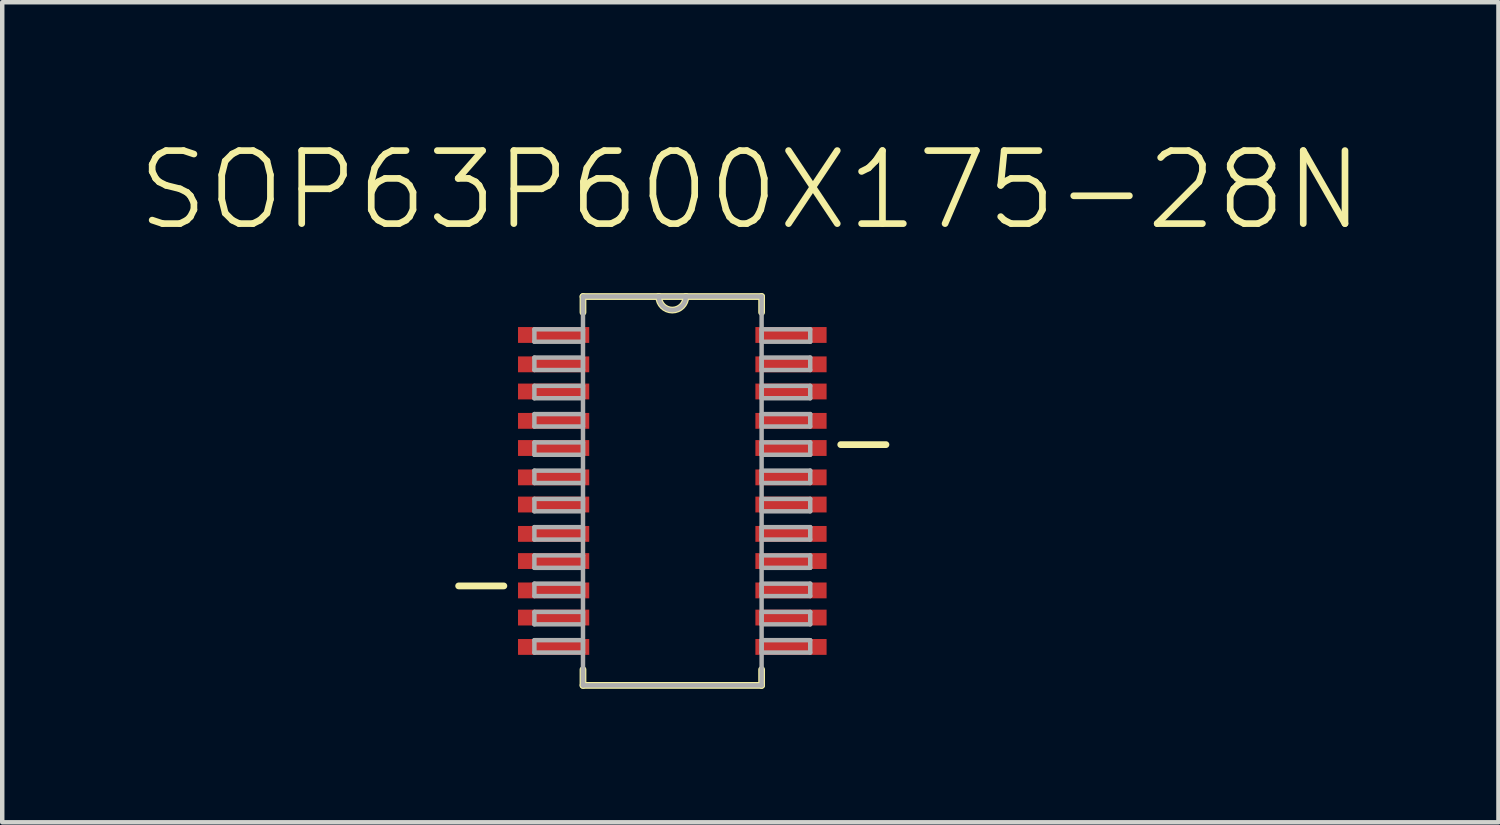
<source format=kicad_pcb>
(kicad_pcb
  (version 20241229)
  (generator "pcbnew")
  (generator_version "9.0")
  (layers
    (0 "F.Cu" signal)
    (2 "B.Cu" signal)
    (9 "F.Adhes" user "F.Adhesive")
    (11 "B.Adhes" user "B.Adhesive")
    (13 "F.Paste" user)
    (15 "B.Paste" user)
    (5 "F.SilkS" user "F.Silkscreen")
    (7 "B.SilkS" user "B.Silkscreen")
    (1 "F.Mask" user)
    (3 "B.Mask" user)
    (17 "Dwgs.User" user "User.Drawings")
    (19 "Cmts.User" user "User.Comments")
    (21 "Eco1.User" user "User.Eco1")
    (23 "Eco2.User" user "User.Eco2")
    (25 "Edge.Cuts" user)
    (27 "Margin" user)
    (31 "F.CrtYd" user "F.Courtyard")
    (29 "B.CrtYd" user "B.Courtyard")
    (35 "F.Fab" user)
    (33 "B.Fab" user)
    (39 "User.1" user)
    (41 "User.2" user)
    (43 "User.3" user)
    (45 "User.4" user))
  (footprint "SOP63P600X175-28N"
    (layer "F.Cu")
    (at 12.057 7.982)
    (property "Reference" "SOP63P600X175-28N" (at 1.753 -6.759 0) (layer "F.SilkS") (effects (font (size 1.641 1.641) (thickness 0.15))))
    (attr smd)
    (fp_line (start -4.801 2.134) (end -3.785 2.134) (stroke (width 0.152) (type solid)) (layer "F.SilkS"))
    (fp_line (start -2.007 -4.369) (end -2.007 -4.013) (stroke (width 0.152) (type solid)) (layer "F.SilkS"))
    (fp_line (start -2.007 4.013) (end -2.007 4.369) (stroke (width 0.152) (type solid)) (layer "F.SilkS"))
    (fp_line (start -2.007 4.369) (end 2.007 4.369) (stroke (width 0.152) (type solid)) (layer "F.SilkS"))
    (fp_line (start -0.305 -4.369) (end -2.007 -4.369) (stroke (width 0.152) (type solid)) (layer "F.SilkS"))
    (fp_line (start 0.305 -4.369) (end -0.305 -4.369) (stroke (width 0.152) (type solid)) (layer "F.SilkS"))
    (fp_line (start 2.007 -4.369) (end 0.305 -4.369) (stroke (width 0.152) (type solid)) (layer "F.SilkS"))
    (fp_line (start 2.007 -4.013) (end 2.007 -4.369) (stroke (width 0.152) (type solid)) (layer "F.SilkS"))
    (fp_line (start 2.007 4.369) (end 2.007 4.013) (stroke (width 0.152) (type solid)) (layer "F.SilkS"))
    (fp_line (start 3.785 -1.041) (end 4.801 -1.041) (stroke (width 0.152) (type solid)) (layer "F.SilkS"))
    (fp_arc (start 0.3048 -4.3688) (mid 0 -4.064) (end -0.3048 -4.3688) (stroke (width 0.1524) (type solid)) (layer "F.SilkS"))
    (fp_line (start -3.099 -3.632) (end -3.099 -3.353) (stroke (width 0.1) (type solid)) (layer "F.Fab"))
    (fp_line (start -3.099 -3.353) (end -2.007 -3.353) (stroke (width 0.1) (type solid)) (layer "F.Fab"))
    (fp_line (start -3.099 -2.997) (end -3.099 -2.718) (stroke (width 0.1) (type solid)) (layer "F.Fab"))
    (fp_line (start -3.099 -2.718) (end -2.007 -2.718) (stroke (width 0.1) (type solid)) (layer "F.Fab"))
    (fp_line (start -3.099 -2.362) (end -3.099 -2.083) (stroke (width 0.1) (type solid)) (layer "F.Fab"))
    (fp_line (start -3.099 -2.083) (end -2.007 -2.083) (stroke (width 0.1) (type solid)) (layer "F.Fab"))
    (fp_line (start -3.099 -1.727) (end -3.099 -1.448) (stroke (width 0.1) (type solid)) (layer "F.Fab"))
    (fp_line (start -3.099 -1.448) (end -2.007 -1.448) (stroke (width 0.1) (type solid)) (layer "F.Fab"))
    (fp_line (start -3.099 -1.092) (end -3.099 -0.813) (stroke (width 0.1) (type solid)) (layer "F.Fab"))
    (fp_line (start -3.099 -0.813) (end -2.007 -0.813) (stroke (width 0.1) (type solid)) (layer "F.Fab"))
    (fp_line (start -3.099 -0.457) (end -3.099 -0.178) (stroke (width 0.1) (type solid)) (layer "F.Fab"))
    (fp_line (start -3.099 -0.178) (end -2.007 -0.178) (stroke (width 0.1) (type solid)) (layer "F.Fab"))
    (fp_line (start -3.099 0.178) (end -3.099 0.457) (stroke (width 0.1) (type solid)) (layer "F.Fab"))
    (fp_line (start -3.099 0.457) (end -2.007 0.457) (stroke (width 0.1) (type solid)) (layer "F.Fab"))
    (fp_line (start -3.099 0.813) (end -3.099 1.092) (stroke (width 0.1) (type solid)) (layer "F.Fab"))
    (fp_line (start -3.099 1.092) (end -2.007 1.092) (stroke (width 0.1) (type solid)) (layer "F.Fab"))
    (fp_line (start -3.099 1.448) (end -3.099 1.727) (stroke (width 0.1) (type solid)) (layer "F.Fab"))
    (fp_line (start -3.099 1.727) (end -2.007 1.727) (stroke (width 0.1) (type solid)) (layer "F.Fab"))
    (fp_line (start -3.099 2.083) (end -3.099 2.362) (stroke (width 0.1) (type solid)) (layer "F.Fab"))
    (fp_line (start -3.099 2.362) (end -2.007 2.362) (stroke (width 0.1) (type solid)) (layer "F.Fab"))
    (fp_line (start -3.099 2.718) (end -3.099 2.997) (stroke (width 0.1) (type solid)) (layer "F.Fab"))
    (fp_line (start -3.099 2.997) (end -2.007 2.997) (stroke (width 0.1) (type solid)) (layer "F.Fab"))
    (fp_line (start -3.099 3.353) (end -3.099 3.632) (stroke (width 0.1) (type solid)) (layer "F.Fab"))
    (fp_line (start -3.099 3.632) (end -2.007 3.632) (stroke (width 0.1) (type solid)) (layer "F.Fab"))
    (fp_line (start -2.007 -4.369) (end -2.007 4.369) (stroke (width 0.1) (type solid)) (layer "F.Fab"))
    (fp_line (start -2.007 -3.632) (end -3.099 -3.632) (stroke (width 0.1) (type solid)) (layer "F.Fab"))
    (fp_line (start -2.007 -3.353) (end -2.007 -3.632) (stroke (width 0.1) (type solid)) (layer "F.Fab"))
    (fp_line (start -2.007 -2.997) (end -3.099 -2.997) (stroke (width 0.1) (type solid)) (layer "F.Fab"))
    (fp_line (start -2.007 -2.718) (end -2.007 -2.997) (stroke (width 0.1) (type solid)) (layer "F.Fab"))
    (fp_line (start -2.007 -2.362) (end -3.099 -2.362) (stroke (width 0.1) (type solid)) (layer "F.Fab"))
    (fp_line (start -2.007 -2.083) (end -2.007 -2.362) (stroke (width 0.1) (type solid)) (layer "F.Fab"))
    (fp_line (start -2.007 -1.727) (end -3.099 -1.727) (stroke (width 0.1) (type solid)) (layer "F.Fab"))
    (fp_line (start -2.007 -1.448) (end -2.007 -1.727) (stroke (width 0.1) (type solid)) (layer "F.Fab"))
    (fp_line (start -2.007 -1.092) (end -3.099 -1.092) (stroke (width 0.1) (type solid)) (layer "F.Fab"))
    (fp_line (start -2.007 -0.813) (end -2.007 -1.092) (stroke (width 0.1) (type solid)) (layer "F.Fab"))
    (fp_line (start -2.007 -0.457) (end -3.099 -0.457) (stroke (width 0.1) (type solid)) (layer "F.Fab"))
    (fp_line (start -2.007 -0.178) (end -2.007 -0.457) (stroke (width 0.1) (type solid)) (layer "F.Fab"))
    (fp_line (start -2.007 0.178) (end -3.099 0.178) (stroke (width 0.1) (type solid)) (layer "F.Fab"))
    (fp_line (start -2.007 0.457) (end -2.007 0.178) (stroke (width 0.1) (type solid)) (layer "F.Fab"))
    (fp_line (start -2.007 0.813) (end -3.099 0.813) (stroke (width 0.1) (type solid)) (layer "F.Fab"))
    (fp_line (start -2.007 1.092) (end -2.007 0.813) (stroke (width 0.1) (type solid)) (layer "F.Fab"))
    (fp_line (start -2.007 1.448) (end -3.099 1.448) (stroke (width 0.1) (type solid)) (layer "F.Fab"))
    (fp_line (start -2.007 1.727) (end -2.007 1.448) (stroke (width 0.1) (type solid)) (layer "F.Fab"))
    (fp_line (start -2.007 2.083) (end -3.099 2.083) (stroke (width 0.1) (type solid)) (layer "F.Fab"))
    (fp_line (start -2.007 2.362) (end -2.007 2.083) (stroke (width 0.1) (type solid)) (layer "F.Fab"))
    (fp_line (start -2.007 2.718) (end -3.099 2.718) (stroke (width 0.1) (type solid)) (layer "F.Fab"))
    (fp_line (start -2.007 2.997) (end -2.007 2.718) (stroke (width 0.1) (type solid)) (layer "F.Fab"))
    (fp_line (start -2.007 3.353) (end -3.099 3.353) (stroke (width 0.1) (type solid)) (layer "F.Fab"))
    (fp_line (start -2.007 3.632) (end -2.007 3.353) (stroke (width 0.1) (type solid)) (layer "F.Fab"))
    (fp_line (start -2.007 4.369) (end 2.007 4.369) (stroke (width 0.1) (type solid)) (layer "F.Fab"))
    (fp_line (start -0.305 -4.369) (end -2.007 -4.369) (stroke (width 0.1) (type solid)) (layer "F.Fab"))
    (fp_line (start 0.305 -4.369) (end -0.305 -4.369) (stroke (width 0.1) (type solid)) (layer "F.Fab"))
    (fp_line (start 2.007 -4.369) (end 0.305 -4.369) (stroke (width 0.1) (type solid)) (layer "F.Fab"))
    (fp_line (start 2.007 -3.632) (end 2.007 -3.353) (stroke (width 0.1) (type solid)) (layer "F.Fab"))
    (fp_line (start 2.007 -3.353) (end 3.099 -3.353) (stroke (width 0.1) (type solid)) (layer "F.Fab"))
    (fp_line (start 2.007 -2.997) (end 2.007 -2.718) (stroke (width 0.1) (type solid)) (layer "F.Fab"))
    (fp_line (start 2.007 -2.718) (end 3.099 -2.718) (stroke (width 0.1) (type solid)) (layer "F.Fab"))
    (fp_line (start 2.007 -2.362) (end 2.007 -2.083) (stroke (width 0.1) (type solid)) (layer "F.Fab"))
    (fp_line (start 2.007 -2.083) (end 3.099 -2.083) (stroke (width 0.1) (type solid)) (layer "F.Fab"))
    (fp_line (start 2.007 -1.727) (end 2.007 -1.448) (stroke (width 0.1) (type solid)) (layer "F.Fab"))
    (fp_line (start 2.007 -1.448) (end 3.099 -1.448) (stroke (width 0.1) (type solid)) (layer "F.Fab"))
    (fp_line (start 2.007 -1.092) (end 2.007 -0.813) (stroke (width 0.1) (type solid)) (layer "F.Fab"))
    (fp_line (start 2.007 -0.813) (end 3.099 -0.813) (stroke (width 0.1) (type solid)) (layer "F.Fab"))
    (fp_line (start 2.007 -0.457) (end 2.007 -0.178) (stroke (width 0.1) (type solid)) (layer "F.Fab"))
    (fp_line (start 2.007 -0.178) (end 3.099 -0.178) (stroke (width 0.1) (type solid)) (layer "F.Fab"))
    (fp_line (start 2.007 0.178) (end 2.007 0.457) (stroke (width 0.1) (type solid)) (layer "F.Fab"))
    (fp_line (start 2.007 0.457) (end 3.099 0.457) (stroke (width 0.1) (type solid)) (layer "F.Fab"))
    (fp_line (start 2.007 0.813) (end 2.007 1.092) (stroke (width 0.1) (type solid)) (layer "F.Fab"))
    (fp_line (start 2.007 1.092) (end 3.099 1.092) (stroke (width 0.1) (type solid)) (layer "F.Fab"))
    (fp_line (start 2.007 1.448) (end 2.007 1.727) (stroke (width 0.1) (type solid)) (layer "F.Fab"))
    (fp_line (start 2.007 1.727) (end 3.099 1.727) (stroke (width 0.1) (type solid)) (layer "F.Fab"))
    (fp_line (start 2.007 2.083) (end 2.007 2.362) (stroke (width 0.1) (type solid)) (layer "F.Fab"))
    (fp_line (start 2.007 2.362) (end 3.099 2.362) (stroke (width 0.1) (type solid)) (layer "F.Fab"))
    (fp_line (start 2.007 2.718) (end 2.007 2.997) (stroke (width 0.1) (type solid)) (layer "F.Fab"))
    (fp_line (start 2.007 2.997) (end 3.099 2.997) (stroke (width 0.1) (type solid)) (layer "F.Fab"))
    (fp_line (start 2.007 3.353) (end 2.007 3.632) (stroke (width 0.1) (type solid)) (layer "F.Fab"))
    (fp_line (start 2.007 3.632) (end 3.099 3.632) (stroke (width 0.1) (type solid)) (layer "F.Fab"))
    (fp_line (start 2.007 4.369) (end 2.007 -4.369) (stroke (width 0.1) (type solid)) (layer "F.Fab"))
    (fp_line (start 3.099 -3.632) (end 2.007 -3.632) (stroke (width 0.1) (type solid)) (layer "F.Fab"))
    (fp_line (start 3.099 -3.353) (end 3.099 -3.632) (stroke (width 0.1) (type solid)) (layer "F.Fab"))
    (fp_line (start 3.099 -2.997) (end 2.007 -2.997) (stroke (width 0.1) (type solid)) (layer "F.Fab"))
    (fp_line (start 3.099 -2.718) (end 3.099 -2.997) (stroke (width 0.1) (type solid)) (layer "F.Fab"))
    (fp_line (start 3.099 -2.362) (end 2.007 -2.362) (stroke (width 0.1) (type solid)) (layer "F.Fab"))
    (fp_line (start 3.099 -2.083) (end 3.099 -2.362) (stroke (width 0.1) (type solid)) (layer "F.Fab"))
    (fp_line (start 3.099 -1.727) (end 2.007 -1.727) (stroke (width 0.1) (type solid)) (layer "F.Fab"))
    (fp_line (start 3.099 -1.448) (end 3.099 -1.727) (stroke (width 0.1) (type solid)) (layer "F.Fab"))
    (fp_line (start 3.099 -1.092) (end 2.007 -1.092) (stroke (width 0.1) (type solid)) (layer "F.Fab"))
    (fp_line (start 3.099 -0.813) (end 3.099 -1.092) (stroke (width 0.1) (type solid)) (layer "F.Fab"))
    (fp_line (start 3.099 -0.457) (end 2.007 -0.457) (stroke (width 0.1) (type solid)) (layer "F.Fab"))
    (fp_line (start 3.099 -0.178) (end 3.099 -0.457) (stroke (width 0.1) (type solid)) (layer "F.Fab"))
    (fp_line (start 3.099 0.178) (end 2.007 0.178) (stroke (width 0.1) (type solid)) (layer "F.Fab"))
    (fp_line (start 3.099 0.457) (end 3.099 0.178) (stroke (width 0.1) (type solid)) (layer "F.Fab"))
    (fp_line (start 3.099 0.813) (end 2.007 0.813) (stroke (width 0.1) (type solid)) (layer "F.Fab"))
    (fp_line (start 3.099 1.092) (end 3.099 0.813) (stroke (width 0.1) (type solid)) (layer "F.Fab"))
    (fp_line (start 3.099 1.448) (end 2.007 1.448) (stroke (width 0.1) (type solid)) (layer "F.Fab"))
    (fp_line (start 3.099 1.727) (end 3.099 1.448) (stroke (width 0.1) (type solid)) (layer "F.Fab"))
    (fp_line (start 3.099 2.083) (end 2.007 2.083) (stroke (width 0.1) (type solid)) (layer "F.Fab"))
    (fp_line (start 3.099 2.362) (end 3.099 2.083) (stroke (width 0.1) (type solid)) (layer "F.Fab"))
    (fp_line (start 3.099 2.718) (end 2.007 2.718) (stroke (width 0.1) (type solid)) (layer "F.Fab"))
    (fp_line (start 3.099 2.997) (end 3.099 2.718) (stroke (width 0.1) (type solid)) (layer "F.Fab"))
    (fp_line (start 3.099 3.353) (end 2.007 3.353) (stroke (width 0.1) (type solid)) (layer "F.Fab"))
    (fp_line (start 3.099 3.632) (end 3.099 3.353) (stroke (width 0.1) (type solid)) (layer "F.Fab"))
    (fp_arc (start 0.3048 -4.3688) (mid 0 -4.064) (end -0.3048 -4.3688) (stroke (width 0.1) (type solid)) (layer "F.Fab"))
    (pad "1" smd rect (at -2.667 -3.505) (size 1.6 0.356) (layers "F.Cu" "F.Mask" "F.Paste"))
    (pad "2" smd rect (at -2.667 -2.845) (size 1.6 0.356) (layers "F.Cu" "F.Mask" "F.Paste"))
    (pad "3" smd rect (at -2.667 -2.235) (size 1.6 0.356) (layers "F.Cu" "F.Mask" "F.Paste"))
    (pad "4" smd rect (at -2.667 -1.575) (size 1.6 0.356) (layers "F.Cu" "F.Mask" "F.Paste"))
    (pad "5" smd rect (at -2.667 -0.965) (size 1.6 0.356) (layers "F.Cu" "F.Mask" "F.Paste"))
    (pad "6" smd rect (at -2.667 -0.305) (size 1.6 0.356) (layers "F.Cu" "F.Mask" "F.Paste"))
    (pad "7" smd rect (at -2.667 0.305) (size 1.6 0.356) (layers "F.Cu" "F.Mask" "F.Paste"))
    (pad "8" smd rect (at -2.667 0.965) (size 1.6 0.356) (layers "F.Cu" "F.Mask" "F.Paste"))
    (pad "9" smd rect (at -2.667 1.575) (size 1.6 0.356) (layers "F.Cu" "F.Mask" "F.Paste"))
    (pad "10" smd rect (at -2.667 2.235) (size 1.6 0.356) (layers "F.Cu" "F.Mask" "F.Paste"))
    (pad "11" smd rect (at -2.667 2.845) (size 1.6 0.356) (layers "F.Cu" "F.Mask" "F.Paste"))
    (pad "12" smd rect (at -2.667 3.505) (size 1.6 0.356) (layers "F.Cu" "F.Mask" "F.Paste"))
    (pad "13" smd rect (at 2.667 3.505) (size 1.6 0.356) (layers "F.Cu" "F.Mask" "F.Paste"))
    (pad "14" smd rect (at 2.667 2.845) (size 1.6 0.356) (layers "F.Cu" "F.Mask" "F.Paste"))
    (pad "15" smd rect (at 2.667 2.235) (size 1.6 0.356) (layers "F.Cu" "F.Mask" "F.Paste"))
    (pad "16" smd rect (at 2.667 1.575) (size 1.6 0.356) (layers "F.Cu" "F.Mask" "F.Paste"))
    (pad "17" smd rect (at 2.667 0.965) (size 1.6 0.356) (layers "F.Cu" "F.Mask" "F.Paste"))
    (pad "18" smd rect (at 2.667 0.305) (size 1.6 0.356) (layers "F.Cu" "F.Mask" "F.Paste"))
    (pad "19" smd rect (at 2.667 -0.305) (size 1.6 0.356) (layers "F.Cu" "F.Mask" "F.Paste"))
    (pad "20" smd rect (at 2.667 -0.965) (size 1.6 0.356) (layers "F.Cu" "F.Mask" "F.Paste"))
    (pad "21" smd rect (at 2.667 -1.575) (size 1.6 0.356) (layers "F.Cu" "F.Mask" "F.Paste"))
    (pad "22" smd rect (at 2.667 -2.235) (size 1.6 0.356) (layers "F.Cu" "F.Mask" "F.Paste"))
    (pad "23" smd rect (at 2.667 -2.845) (size 1.6 0.356) (layers "F.Cu" "F.Mask" "F.Paste"))
    (pad "24" smd rect (at 2.667 -3.505) (size 1.6 0.356) (layers "F.Cu" "F.Mask" "F.Paste")))
  (gr_rect
    (start -3 -3)
    (end 30.621 15.427)
    (stroke (width 0.1) (type default))
    (fill no)
    (layer "Edge.Cuts")))
</source>
